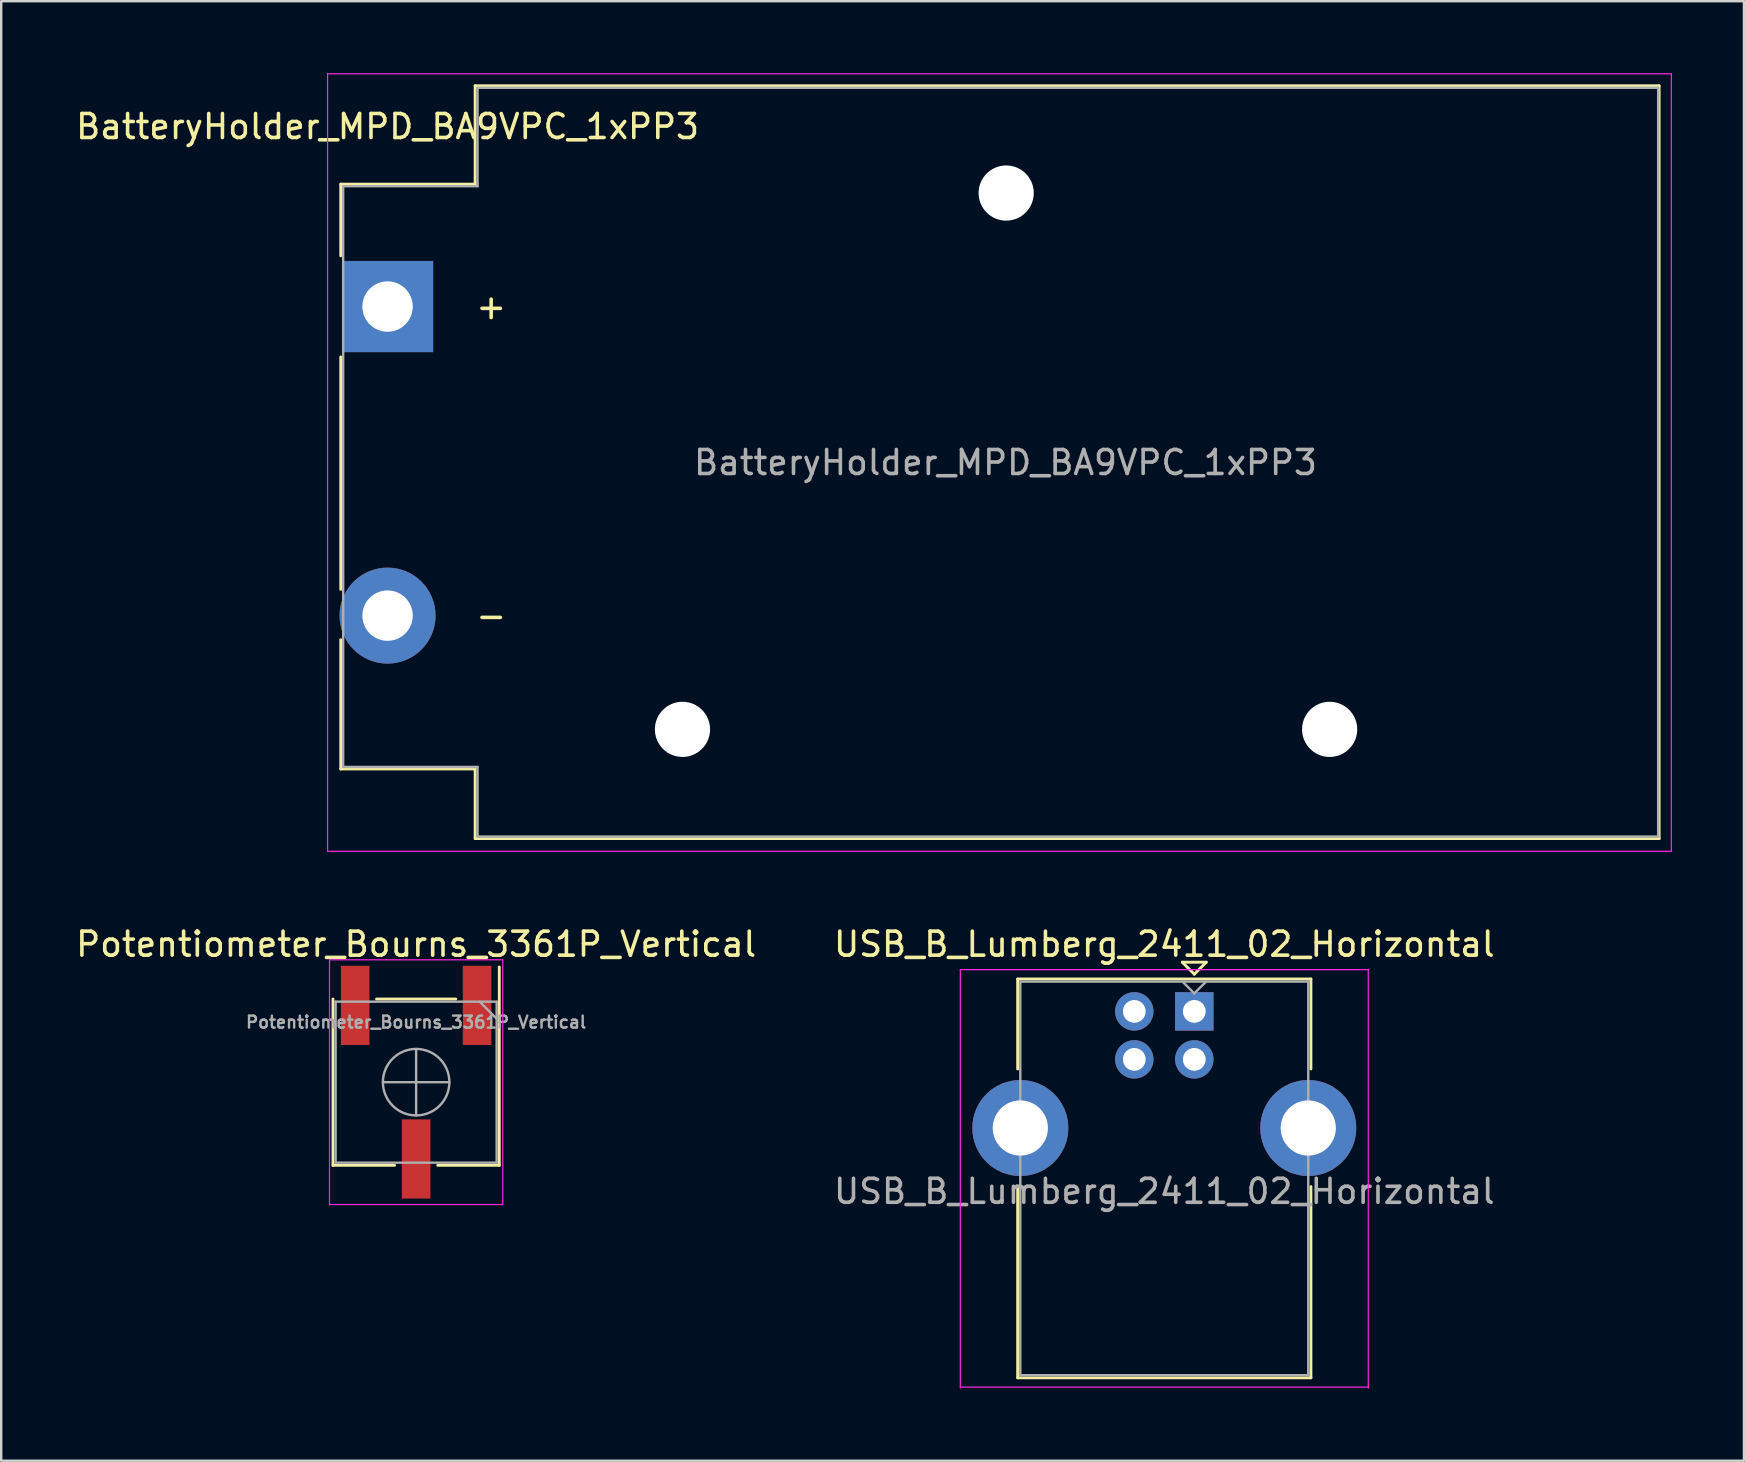
<source format=kicad_pcb>
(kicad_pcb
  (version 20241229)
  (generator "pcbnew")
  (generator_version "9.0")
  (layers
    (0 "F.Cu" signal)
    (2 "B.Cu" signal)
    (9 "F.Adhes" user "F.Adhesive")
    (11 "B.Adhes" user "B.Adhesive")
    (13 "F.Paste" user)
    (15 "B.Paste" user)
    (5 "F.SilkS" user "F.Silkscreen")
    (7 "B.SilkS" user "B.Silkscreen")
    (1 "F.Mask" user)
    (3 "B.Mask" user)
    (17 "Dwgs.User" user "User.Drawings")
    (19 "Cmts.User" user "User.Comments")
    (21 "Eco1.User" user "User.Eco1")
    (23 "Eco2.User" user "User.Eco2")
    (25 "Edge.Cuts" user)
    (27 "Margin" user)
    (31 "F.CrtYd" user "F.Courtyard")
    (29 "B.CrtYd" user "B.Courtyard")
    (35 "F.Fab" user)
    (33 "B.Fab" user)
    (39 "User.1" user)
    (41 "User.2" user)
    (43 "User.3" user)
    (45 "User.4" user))
  (footprint "USB_B_Lumberg_2411_02_Horizontal"
    (layer "F.Cu")
    (at 46.72 39.098)
    (property "Reference" "USB_B_Lumberg_2411_02_Horizontal" (at -1.25 -2.8 0) (layer "F.SilkS") (effects (font (size 1 1) (thickness 0.15))))
    (attr through_hole)
    (fp_line (start -7.36 -1.35) (end -7.36 2.4) (stroke (width 0.12) (type solid)) (layer "F.SilkS"))
    (fp_line (start -7.36 -1.35) (end 4.86 -1.35) (stroke (width 0.12) (type solid)) (layer "F.SilkS"))
    (fp_line (start -7.36 15.27) (end -7.36 7.3) (stroke (width 0.12) (type solid)) (layer "F.SilkS"))
    (fp_line (start -7.36 15.27) (end 4.86 15.27) (stroke (width 0.12) (type solid)) (layer "F.SilkS"))
    (fp_line (start -0.5 -2.05) (end 0 -1.55) (stroke (width 0.12) (type solid)) (layer "F.SilkS"))
    (fp_line (start 0 -1.55) (end 0.5 -2.05) (stroke (width 0.12) (type solid)) (layer "F.SilkS"))
    (fp_line (start 0.5 -2.05) (end -0.5 -2.05) (stroke (width 0.12) (type solid)) (layer "F.SilkS"))
    (fp_line (start 4.86 -1.35) (end 4.86 2.4) (stroke (width 0.12) (type solid)) (layer "F.SilkS"))
    (fp_line (start 4.86 15.27) (end 4.86 7.3) (stroke (width 0.12) (type solid)) (layer "F.SilkS"))
    (fp_line (start -9.75 -1.74) (end -9.75 15.7) (stroke (width 0.05) (type solid)) (layer "F.CrtYd"))
    (fp_line (start -9.75 15.66) (end 7.25 15.66) (stroke (width 0.05) (type solid)) (layer "F.CrtYd"))
    (fp_line (start 7.25 -1.74) (end -9.75 -1.74) (stroke (width 0.05) (type solid)) (layer "F.CrtYd"))
    (fp_line (start 7.25 15.7) (end 7.25 -1.74) (stroke (width 0.05) (type solid)) (layer "F.CrtYd"))
    (fp_line (start -7.25 -1.24) (end 4.75 -1.24) (stroke (width 0.1) (type solid)) (layer "F.Fab"))
    (fp_line (start -7.25 15.16) (end -7.25 -1.24) (stroke (width 0.1) (type solid)) (layer "F.Fab"))
    (fp_line (start -0.49 -1.24) (end 0 -0.75) (stroke (width 0.1) (type solid)) (layer "F.Fab"))
    (fp_line (start 0 -0.75) (end 0.49 -1.24) (stroke (width 0.1) (type solid)) (layer "F.Fab"))
    (fp_line (start 4.75 -1.24) (end 4.75 15.16) (stroke (width 0.1) (type solid)) (layer "F.Fab"))
    (fp_line (start 4.75 15.16) (end -7.25 15.16) (stroke (width 0.1) (type solid)) (layer "F.Fab"))
    (fp_text user "${REFERENCE}" (at -1.25 7.5 0) (layer "F.Fab") (effects (font (size 1 1) (thickness 0.15))))
    (pad "1" thru_hole rect (at 0 0) (size 1.6 1.6) (drill 0.95) (layers "*.Cu" "*.Mask"))
    (pad "2" thru_hole circle (at -2.5 0) (size 1.6 1.6) (drill 0.95) (layers "*.Cu" "*.Mask"))
    (pad "3" thru_hole circle (at -2.5 2) (size 1.6 1.6) (drill 0.95) (layers "*.Cu" "*.Mask"))
    (pad "4" thru_hole circle (at 0 2) (size 1.6 1.6) (drill 0.95) (layers "*.Cu" "*.Mask"))
    (pad "5" thru_hole circle (at -7.25 4.86) (size 4 4) (drill 2.3) (layers "*.Cu" "*.Mask"))
    (pad "5" thru_hole circle (at 4.75 4.86) (size 4 4) (drill 2.3) (layers "*.Cu" "*.Mask")))
  (footprint "Potentiometer_Bourns_3361P_Vertical"
    (layer "F.Cu")
    (at 14.292 42.048)
    (property "Reference" "Potentiometer_Bourns_3361P_Vertical" (at 0 -5.75 0) (layer "F.SilkS") (effects (font (size 1 1) (thickness 0.15))))
    (attr smd)
    (fp_line (start -3.465 -3.465) (end -3.465 3.465) (stroke (width 0.12) (type solid)) (layer "F.SilkS"))
    (fp_line (start -3.465 3.465) (end -0.9 3.465) (stroke (width 0.12) (type solid)) (layer "F.SilkS"))
    (fp_line (start 0.9 3.465) (end 3.465 3.465) (stroke (width 0.12) (type solid)) (layer "F.SilkS"))
    (fp_line (start 1.65 -3.465) (end -1.65 -3.465) (stroke (width 0.12) (type solid)) (layer "F.SilkS"))
    (fp_line (start 3.465 3.465) (end 3.465 -4.8) (stroke (width 0.12) (type solid)) (layer "F.SilkS"))
    (fp_line (start -3.61 -5.1) (end -3.61 5.1) (stroke (width 0.05) (type solid)) (layer "F.CrtYd"))
    (fp_line (start -3.61 5.1) (end 3.61 5.1) (stroke (width 0.05) (type solid)) (layer "F.CrtYd"))
    (fp_line (start 3.61 -5.1) (end -3.61 -5.1) (stroke (width 0.05) (type solid)) (layer "F.CrtYd"))
    (fp_line (start 3.61 5.1) (end 3.61 -5.1) (stroke (width 0.05) (type solid)) (layer "F.CrtYd"))
    (fp_line (start -3.355 -3.355) (end 3.355 -3.355) (stroke (width 0.1) (type solid)) (layer "F.Fab"))
    (fp_line (start -3.355 3.355) (end -3.355 -3.355) (stroke (width 0.1) (type solid)) (layer "F.Fab"))
    (fp_line (start 0 -1.385) (end 0 1.385) (stroke (width 0.1) (type solid)) (layer "F.Fab"))
    (fp_line (start 1.385 0) (end -1.385 0) (stroke (width 0.1) (type solid)) (layer "F.Fab"))
    (fp_line (start 2.65 -3.35) (end 3.35 -2.65) (stroke (width 0.1) (type solid)) (layer "F.Fab"))
    (fp_line (start 3.355 -3.355) (end 3.355 3.355) (stroke (width 0.1) (type solid)) (layer "F.Fab"))
    (fp_line (start 3.355 3.355) (end -3.355 3.355) (stroke (width 0.1) (type solid)) (layer "F.Fab"))
    (fp_circle (center 0 0) (end 1.385 0) (stroke (width 0.1) (type solid)) (fill no) (layer "F.Fab"))
    (fp_text user "${REFERENCE}" (at 0 -2.5 0) (layer "F.Fab") (effects (font (size 0.5 0.5) (thickness 0.1))))
    (pad "1" smd rect (at 2.54 -3.2) (size 1.19 3.3) (layers "F.Cu" "F.Mask" "F.Paste"))
    (pad "2" smd rect (at 0 3.2) (size 1.19 3.3) (layers "F.Cu" "F.Mask" "F.Paste"))
    (pad "3" smd rect (at -2.54 -3.2) (size 1.19 3.3) (layers "F.Cu" "F.Mask" "F.Paste")))
  (footprint "BatteryHolder_MPD_BA9VPC_1xPP3"
    (layer "F.Cu")
    (at 13.101 9.725)
    (property "Reference" "BatteryHolder_MPD_BA9VPC_1xPP3" (at 0 -7.5 0) (layer "F.SilkS") (effects (font (size 1 1) (thickness 0.15))))
    (attr through_hole)
    (fp_line (start -1.95 -2.115) (end -1.95 -5.1) (stroke (width 0.12) (type solid)) (layer "F.SilkS"))
    (fp_line (start -1.95 11.785) (end -1.95 2.1) (stroke (width 0.12) (type solid)) (layer "F.SilkS"))
    (fp_line (start -1.95 19.27) (end -1.95 13.885) (stroke (width 0.12) (type solid)) (layer "F.SilkS"))
    (fp_line (start 3.65 -9.2) (end 52.99 -9.2) (stroke (width 0.12) (type solid)) (layer "F.SilkS"))
    (fp_line (start 3.65 -5.1) (end -1.95 -5.1) (stroke (width 0.12) (type solid)) (layer "F.SilkS"))
    (fp_line (start 3.65 -5.1) (end 3.65 -9.2) (stroke (width 0.12) (type solid)) (layer "F.SilkS"))
    (fp_line (start 3.65 19.27) (end -1.95 19.27) (stroke (width 0.12) (type solid)) (layer "F.SilkS"))
    (fp_line (start 3.65 22.17) (end 3.65 19.27) (stroke (width 0.12) (type solid)) (layer "F.SilkS"))
    (fp_line (start 3.65 22.17) (end 52.99 22.17) (stroke (width 0.12) (type solid)) (layer "F.SilkS"))
    (fp_line (start 52.99 22.17) (end 52.99 -9.2) (stroke (width 0.12) (type solid)) (layer "F.SilkS"))
    (fp_line (start -2.5 -9.7) (end -2.5 22.7) (stroke (width 0.05) (type solid)) (layer "F.CrtYd"))
    (fp_line (start -2.5 -9.7) (end 53.5 -9.7) (stroke (width 0.05) (type solid)) (layer "F.CrtYd"))
    (fp_line (start -2.5 22.7) (end 53.5 22.7) (stroke (width 0.05) (type solid)) (layer "F.CrtYd"))
    (fp_line (start 53.5 22.7) (end 53.5 -9.7) (stroke (width 0.05) (type solid)) (layer "F.CrtYd"))
    (fp_line (start -1.85 19.185) (end -1.85 -5.015) (stroke (width 0.1) (type solid)) (layer "F.Fab"))
    (fp_line (start 3.75 -9.115) (end 52.95 -9.115) (stroke (width 0.1) (type solid)) (layer "F.Fab"))
    (fp_line (start 3.75 -5.015) (end -1.85 -5.015) (stroke (width 0.1) (type solid)) (layer "F.Fab"))
    (fp_line (start 3.75 -5.015) (end 3.75 -9.115) (stroke (width 0.1) (type solid)) (layer "F.Fab"))
    (fp_line (start 3.75 19.185) (end -1.85 19.185) (stroke (width 0.1) (type solid)) (layer "F.Fab"))
    (fp_line (start 3.75 22.085) (end 3.75 19.185) (stroke (width 0.1) (type solid)) (layer "F.Fab"))
    (fp_line (start 3.75 22.085) (end 52.95 22.085) (stroke (width 0.1) (type solid)) (layer "F.Fab"))
    (fp_line (start 52.95 22.085) (end 52.95 -9.115) (stroke (width 0.1) (type solid)) (layer "F.Fab"))
    (fp_text user "-" (at 3.6 12.88 0) (layer "F.SilkS") (effects (font (size 1 1) (thickness 0.15)) (justify left)))
    (fp_text user "+" (at 3.6 0 0) (layer "F.SilkS") (effects (font (size 1 1) (thickness 0.15)) (justify left)))
    (fp_text user "${REFERENCE}" (at 25.75 6.5 0) (layer "F.Fab") (effects (font (size 1 1) (thickness 0.15))))
    (pad "" np_thru_hole circle (at 12.29 17.62) (size 2.3 2.3) (drill 2.3) (layers "*.Cu" "*.Mask"))
    (pad "" np_thru_hole circle (at 25.78 -4.73) (size 2.3 2.3) (drill 2.3) (layers "*.Cu" "*.Mask"))
    (pad "" np_thru_hole circle (at 39.26 17.62) (size 2.3 2.3) (drill 2.3) (layers "*.Cu" "*.Mask"))
    (pad "1" thru_hole rect (at 0 0) (size 3.8 3.8) (drill 2.1) (layers "*.Cu" "*.Mask"))
    (pad "2" thru_hole circle (at 0 12.88) (size 4 4) (drill 2.1) (layers "*.Cu" "*.Mask")))
  (gr_rect
    (start -3 -3)
    (end 69.626 57.823)
    (stroke (width 0.1) (type default))
    (fill no)
    (layer "Edge.Cuts")))
</source>
